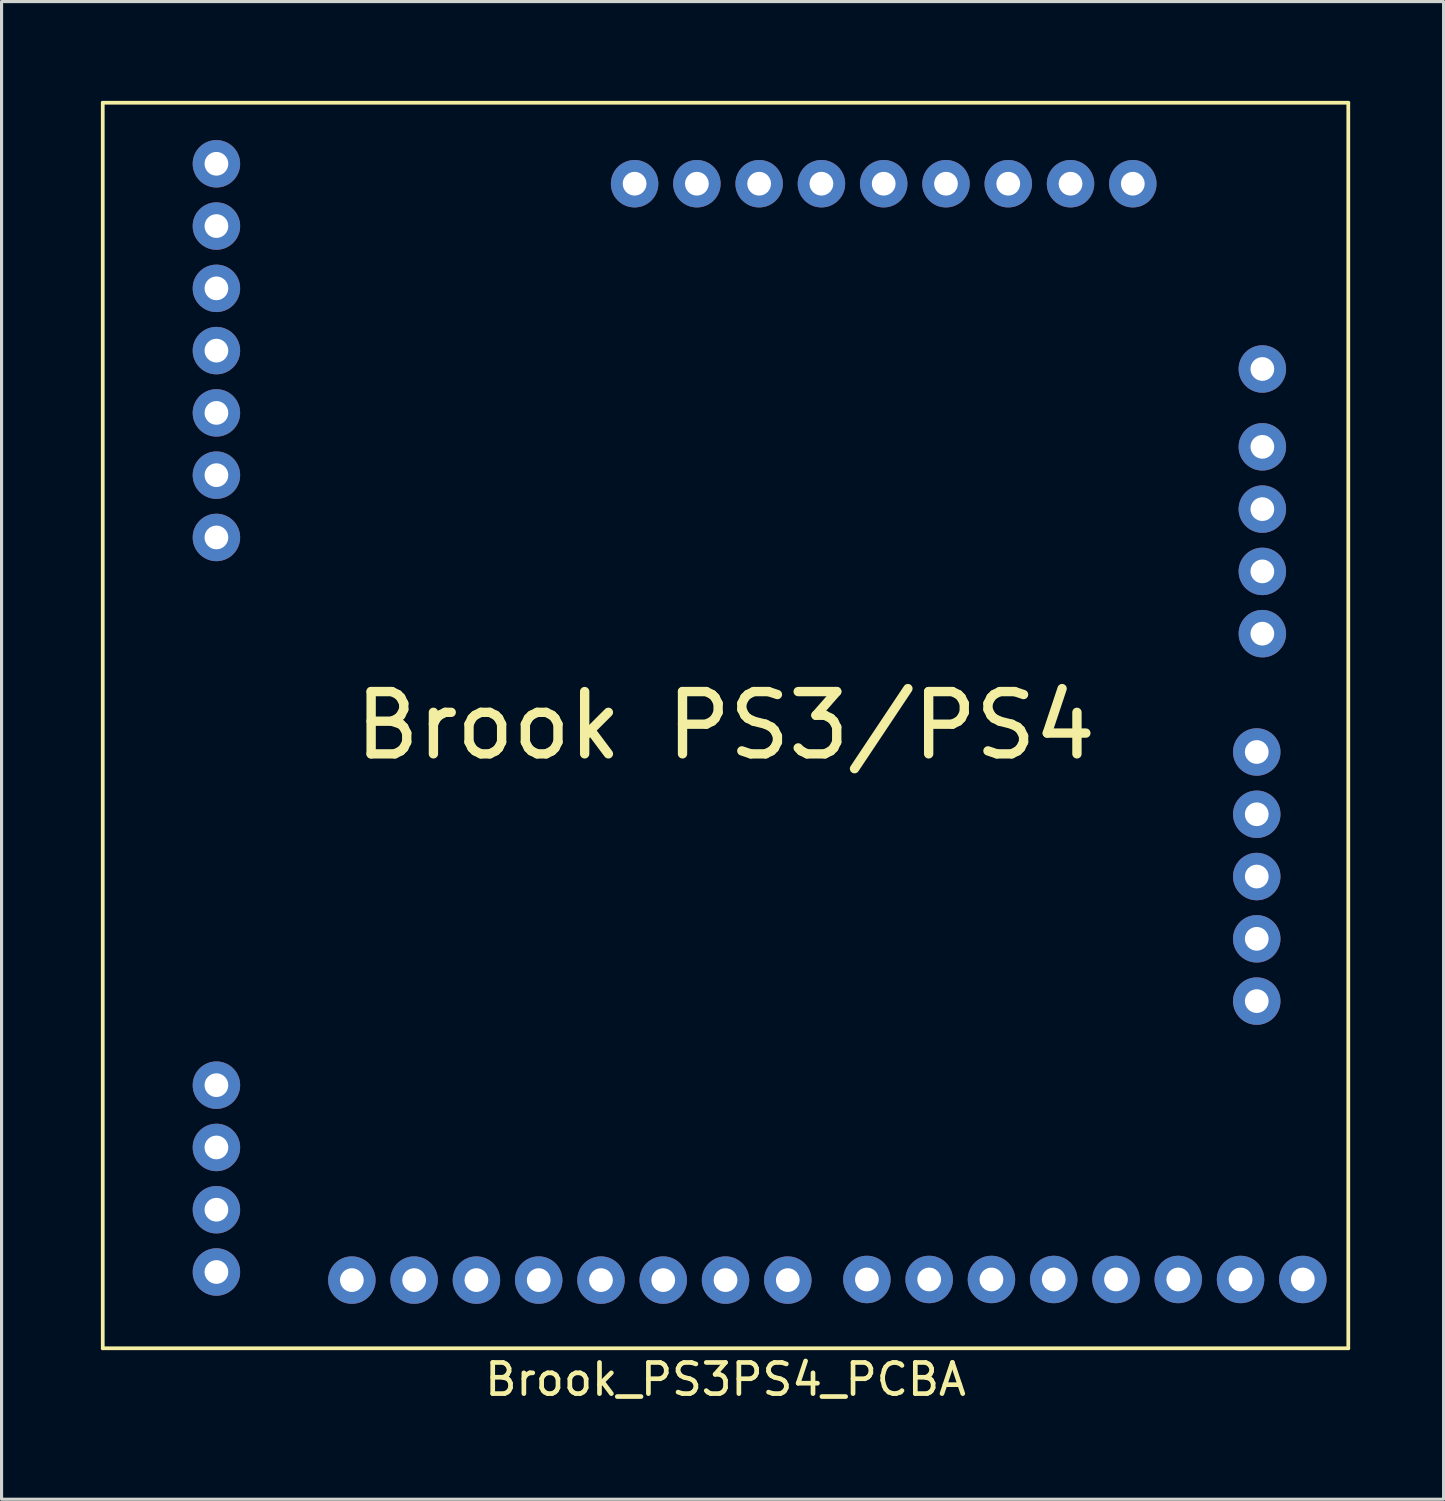
<source format=kicad_pcb>
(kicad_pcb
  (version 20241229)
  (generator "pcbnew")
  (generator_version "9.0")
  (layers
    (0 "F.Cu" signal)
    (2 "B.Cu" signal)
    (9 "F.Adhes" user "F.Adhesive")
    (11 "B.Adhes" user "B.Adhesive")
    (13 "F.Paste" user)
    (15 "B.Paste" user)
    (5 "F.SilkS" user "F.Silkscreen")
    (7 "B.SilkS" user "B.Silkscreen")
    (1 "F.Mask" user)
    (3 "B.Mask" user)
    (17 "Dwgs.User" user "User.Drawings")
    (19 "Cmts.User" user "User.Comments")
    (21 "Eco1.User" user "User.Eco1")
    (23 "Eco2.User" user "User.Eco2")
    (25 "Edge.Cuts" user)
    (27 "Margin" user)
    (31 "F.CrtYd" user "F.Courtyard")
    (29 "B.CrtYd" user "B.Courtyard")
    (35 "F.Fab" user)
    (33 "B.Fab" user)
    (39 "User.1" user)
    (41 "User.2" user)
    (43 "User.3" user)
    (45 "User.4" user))
  (footprint "Brook_PS3PS4_PCBA"
    (layer "F.Cu")
    (at 0.25 0.25)
    (property "Reference" "Brook_PS3PS4_PCBA" (at 20 41 0) (layer "F.SilkS") (effects (font (size 1 1) (thickness 0.15))))
    (attr through_hole)
    (fp_line (start 0 0) (end 0 40) (stroke (width 0.12) (type solid)) (layer "F.SilkS"))
    (fp_line (start 0 40) (end 40 40) (stroke (width 0.12) (type solid)) (layer "F.SilkS"))
    (fp_line (start 40 0) (end 0 0) (stroke (width 0.12) (type solid)) (layer "F.SilkS"))
    (fp_line (start 40 40) (end 40 0) (stroke (width 0.12) (type solid)) (layer "F.SilkS"))
    (fp_text user "Brook PS3/PS4" (at 20 20 0) (layer "F.SilkS") (effects (font (size 2 2) (thickness 0.3))))
    (pad "1" thru_hole circle (at 3.65 3.96) (size 1.524 1.524) (drill 0.762) (layers "*.Cu" "*.Mask"))
    (pad "1" thru_hole circle (at 22 37.81) (size 1.524 1.524) (drill 0.762) (layers "*.Cu" "*.Mask"))
    (pad "1" thru_hole circle (at 33.08 2.6) (size 1.524 1.524) (drill 0.762) (layers "*.Cu" "*.Mask"))
    (pad "1" thru_hole circle (at 37.06 20.85) (size 1.524 1.524) (drill 0.762) (layers "*.Cu" "*.Mask"))
    (pad "1" thru_hole circle (at 37.06 22.85) (size 1.524 1.524) (drill 0.762) (layers "*.Cu" "*.Mask"))
    (pad "1" thru_hole circle (at 37.24 11.05) (size 1.524 1.524) (drill 0.762) (layers "*.Cu" "*.Mask"))
    (pad "1" thru_hole circle (at 38.54 37.79) (size 1.524 1.524) (drill 0.762) (layers "*.Cu" "*.Mask"))
    (pad "2" thru_hole circle (at 31.08 2.6) (size 1.524 1.524) (drill 0.762) (layers "*.Cu" "*.Mask"))
    (pad "3" thru_hole circle (at 29.08 2.6) (size 1.524 1.524) (drill 0.762) (layers "*.Cu" "*.Mask"))
    (pad "4" thru_hole circle (at 27.08 2.6) (size 1.524 1.524) (drill 0.762) (layers "*.Cu" "*.Mask"))
    (pad "5" thru_hole circle (at 25.08 2.6) (size 1.524 1.524) (drill 0.762) (layers "*.Cu" "*.Mask"))
    (pad "6" thru_hole circle (at 23.08 2.6) (size 1.524 1.524) (drill 0.762) (layers "*.Cu" "*.Mask"))
    (pad "7" thru_hole circle (at 21.08 2.6) (size 1.524 1.524) (drill 0.762) (layers "*.Cu" "*.Mask"))
    (pad "8" thru_hole circle (at 19.08 2.6) (size 1.524 1.524) (drill 0.762) (layers "*.Cu" "*.Mask"))
    (pad "9" thru_hole circle (at 17.08 2.6) (size 1.524 1.524) (drill 0.762) (layers "*.Cu" "*.Mask"))
    (pad "10" thru_hole circle (at 36.54 37.79) (size 1.524 1.524) (drill 0.762) (layers "*.Cu" "*.Mask"))
    (pad "11" thru_hole circle (at 34.54 37.79) (size 1.524 1.524) (drill 0.762) (layers "*.Cu" "*.Mask"))
    (pad "12" thru_hole circle (at 32.54 37.79) (size 1.524 1.524) (drill 0.762) (layers "*.Cu" "*.Mask"))
    (pad "13" thru_hole circle (at 30.54 37.79) (size 1.524 1.524) (drill 0.762) (layers "*.Cu" "*.Mask"))
    (pad "14" thru_hole circle (at 28.54 37.79) (size 1.524 1.524) (drill 0.762) (layers "*.Cu" "*.Mask"))
    (pad "15" thru_hole circle (at 26.54 37.79) (size 1.524 1.524) (drill 0.762) (layers "*.Cu" "*.Mask"))
    (pad "16" thru_hole circle (at 24.54 37.79) (size 1.524 1.524) (drill 0.762) (layers "*.Cu" "*.Mask"))
    (pad "17" thru_hole circle (at 20 37.81) (size 1.524 1.524) (drill 0.762) (layers "*.Cu" "*.Mask"))
    (pad "18" thru_hole circle (at 18 37.81) (size 1.524 1.524) (drill 0.762) (layers "*.Cu" "*.Mask"))
    (pad "19" thru_hole circle (at 16 37.81) (size 1.524 1.524) (drill 0.762) (layers "*.Cu" "*.Mask"))
    (pad "20" thru_hole circle (at 14 37.81) (size 1.524 1.524) (drill 0.762) (layers "*.Cu" "*.Mask"))
    (pad "21" thru_hole circle (at 12 37.81) (size 1.524 1.524) (drill 0.762) (layers "*.Cu" "*.Mask"))
    (pad "22" thru_hole circle (at 10 37.81) (size 1.524 1.524) (drill 0.762) (layers "*.Cu" "*.Mask"))
    (pad "23" thru_hole circle (at 3.65 1.96) (size 1.524 1.524) (drill 0.762) (layers "*.Cu" "*.Mask"))
    (pad "24" thru_hole circle (at 3.65 5.96) (size 1.524 1.524) (drill 0.762) (layers "*.Cu" "*.Mask"))
    (pad "25" thru_hole circle (at 3.65 11.96) (size 1.524 1.524) (drill 0.762) (layers "*.Cu" "*.Mask"))
    (pad "26" thru_hole circle (at 37.24 13.05) (size 1.524 1.524) (drill 0.762) (layers "*.Cu" "*.Mask"))
    (pad "27" thru_hole circle (at 37.24 15.05) (size 1.524 1.524) (drill 0.762) (layers "*.Cu" "*.Mask"))
    (pad "28" thru_hole circle (at 37.06 24.85) (size 1.524 1.524) (drill 0.762) (layers "*.Cu" "*.Mask"))
    (pad "29" thru_hole circle (at 37.06 26.85) (size 1.524 1.524) (drill 0.762) (layers "*.Cu" "*.Mask"))
    (pad "30" thru_hole circle (at 3.65 7.96) (size 1.524 1.524) (drill 0.762) (layers "*.Cu" "*.Mask"))
    (pad "31" thru_hole circle (at 3.65 9.96) (size 1.524 1.524) (drill 0.762) (layers "*.Cu" "*.Mask"))
    (pad "32" thru_hole circle (at 3.65 31.55) (size 1.524 1.524) (drill 0.762) (layers "*.Cu" "*.Mask"))
    (pad "33" thru_hole circle (at 3.65 33.55) (size 1.524 1.524) (drill 0.762) (layers "*.Cu" "*.Mask"))
    (pad "34" thru_hole circle (at 3.65 35.55) (size 1.524 1.524) (drill 0.762) (layers "*.Cu" "*.Mask"))
    (pad "35" thru_hole circle (at 3.65 37.55) (size 1.524 1.524) (drill 0.762) (layers "*.Cu" "*.Mask"))
    (pad "35" thru_hole circle (at 37.06 28.85) (size 1.524 1.524) (drill 0.762) (layers "*.Cu" "*.Mask"))
    (pad "36" thru_hole circle (at 3.65 13.96) (size 1.524 1.524) (drill 0.762) (layers "*.Cu" "*.Mask"))
    (pad "36" thru_hole circle (at 8 37.81) (size 1.524 1.524) (drill 0.762) (layers "*.Cu" "*.Mask"))
    (pad "36" thru_hole circle (at 37.24 8.55) (size 1.524 1.524) (drill 0.762) (layers "*.Cu" "*.Mask"))
    (pad "36" thru_hole circle (at 37.24 17.05) (size 1.524 1.524) (drill 0.762) (layers "*.Cu" "*.Mask")))
  (gr_rect
    (start -3 -3)
    (end 43.31 45.098)
    (stroke (width 0.1) (type default))
    (fill no)
    (layer "Edge.Cuts")))
</source>
